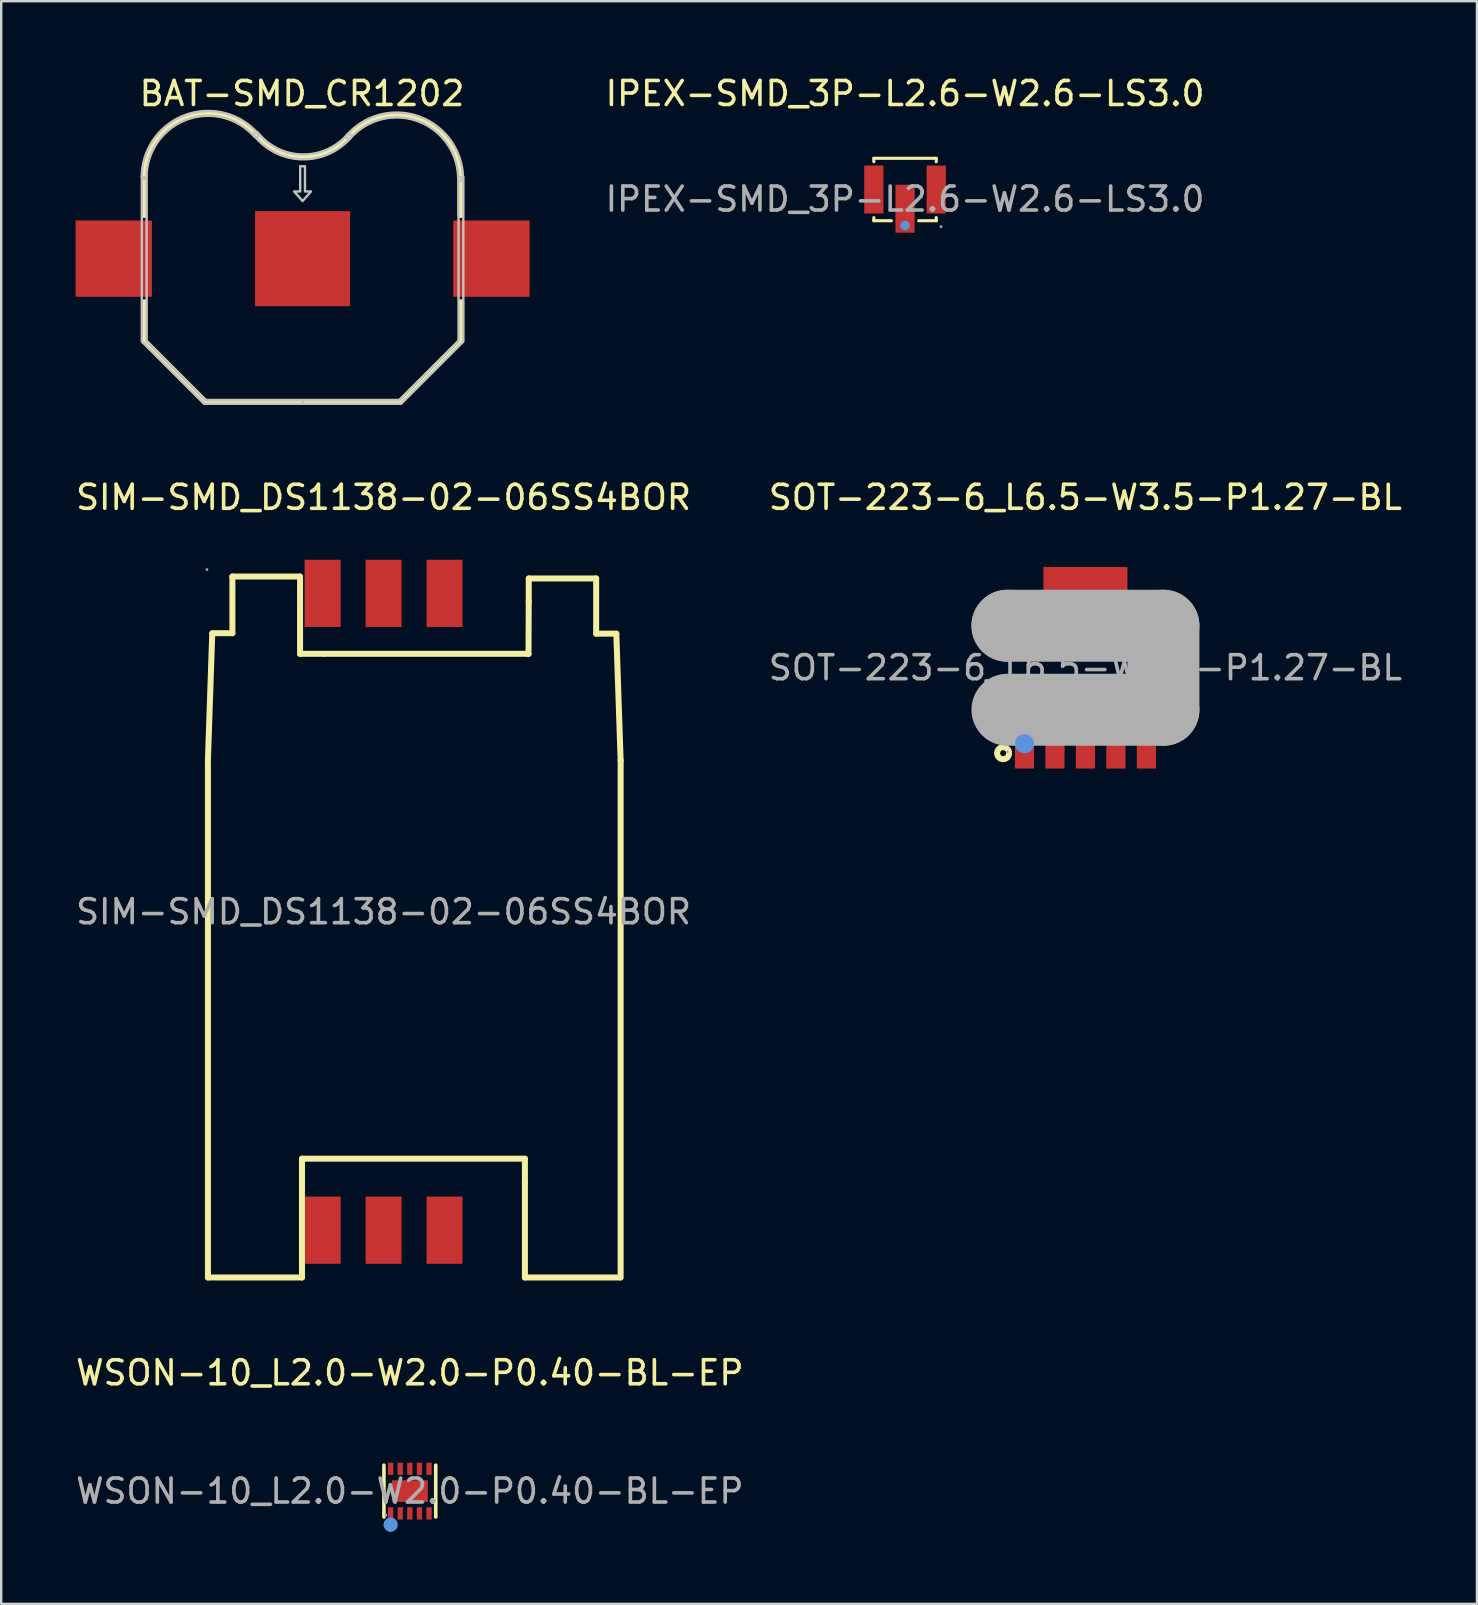
<source format=kicad_pcb>
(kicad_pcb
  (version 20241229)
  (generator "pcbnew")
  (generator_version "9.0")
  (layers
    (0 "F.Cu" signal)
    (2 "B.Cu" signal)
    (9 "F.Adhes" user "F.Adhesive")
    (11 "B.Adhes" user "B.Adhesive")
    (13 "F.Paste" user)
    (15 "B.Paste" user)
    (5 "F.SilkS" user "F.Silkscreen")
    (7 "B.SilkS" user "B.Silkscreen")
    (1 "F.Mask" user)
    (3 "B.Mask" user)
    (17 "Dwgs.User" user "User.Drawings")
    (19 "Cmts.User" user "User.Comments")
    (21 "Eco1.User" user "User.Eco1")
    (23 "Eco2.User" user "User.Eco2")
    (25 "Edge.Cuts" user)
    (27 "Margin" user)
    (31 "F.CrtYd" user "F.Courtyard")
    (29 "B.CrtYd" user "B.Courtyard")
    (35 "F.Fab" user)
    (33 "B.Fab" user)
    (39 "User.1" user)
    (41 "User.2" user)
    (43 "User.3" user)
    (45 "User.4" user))
  (footprint "IPEX-SMD_3P-L2.6-W2.6-LS3.0"
    (layer "F.Cu")
    (at 34.667 5.248)
    (property "Reference" "IPEX-SMD_3P-L2.6-W2.6-LS3.0" (at 0 -4.4 0) (layer "F.SilkS") (effects (font (size 1 1) (thickness 0.15))))
    (attr smd)
    (fp_line (start -1.3 -1.7) (end -1.3 -1.56) (stroke (width 0.13) (type solid)) (layer "F.SilkS"))
    (fp_line (start -1.3 0.77) (end -1.3 0.9) (stroke (width 0.13) (type solid)) (layer "F.SilkS"))
    (fp_line (start -1.3 0.9) (end -0.57 0.9) (stroke (width 0.13) (type solid)) (layer "F.SilkS"))
    (fp_line (start 0.57 0.9) (end 1.3 0.9) (stroke (width 0.13) (type solid)) (layer "F.SilkS"))
    (fp_line (start 1.3 -1.7) (end -1.3 -1.7) (stroke (width 0.13) (type solid)) (layer "F.SilkS"))
    (fp_line (start 1.3 -1.56) (end 1.3 -1.7) (stroke (width 0.13) (type solid)) (layer "F.SilkS"))
    (fp_line (start 1.3 0.9) (end 1.3 0.77) (stroke (width 0.13) (type solid)) (layer "F.SilkS"))
    (fp_circle (center 0 1.1) (end 0.1 1.1) (stroke (width 0.2) (type solid)) (fill no) (layer "Cmts.User"))
    (fp_circle (center 1.5 1.15) (end 1.53 1.15) (stroke (width 0.06) (type solid)) (fill no) (layer "F.Fab"))
    (fp_text user "${REFERENCE}" (at 0 0 0) (layer "F.Fab") (effects (font (size 1 1) (thickness 0.15))))
    (pad "1" smd rect (at 0 0.4) (size 0.8 2) (layers "F.Cu" "F.Mask" "F.Paste"))
    (pad "2" smd rect (at 1.3 -0.4 90) (size 2 0.8) (layers "F.Cu" "F.Mask" "F.Paste"))
    (pad "3" smd rect (at -1.3 -0.4 90) (size 2 0.8) (layers "F.Cu" "F.Mask" "F.Paste")))
  (footprint "SIM-SMD_DS1138-02-06SS4BOR"
    (layer "F.Cu")
    (at 12.935 34.948)
    (property "Reference" "SIM-SMD_DS1138-02-06SS4BOR" (at 0 -17.27 0) (layer "F.SilkS") (effects (font (size 1 1) (thickness 0.15))))
    (attr smd)
    (fp_line (start -7.32 -6.31) (end -7.32 15.06) (stroke (width 0.25) (type solid)) (layer "F.SilkS"))
    (fp_line (start -7.32 15.06) (end -7.32 15.24) (stroke (width 0.25) (type solid)) (layer "F.SilkS"))
    (fp_line (start -7.32 15.24) (end -3.4 15.24) (stroke (width 0.25) (type solid)) (layer "F.SilkS"))
    (fp_line (start -7.14 -11.61) (end -6.3 -11.61) (stroke (width 0.25) (type solid)) (layer "F.SilkS"))
    (fp_line (start -7.14 -11.59) (end -7.32 -6.31) (stroke (width 0.25) (type solid)) (layer "F.SilkS"))
    (fp_line (start -6.3 -13.97) (end -3.48 -13.97) (stroke (width 0.25) (type solid)) (layer "F.SilkS"))
    (fp_line (start -6.3 -11.61) (end -6.3 -13.97) (stroke (width 0.25) (type solid)) (layer "F.SilkS"))
    (fp_line (start -3.48 -13.97) (end -3.48 -12.96) (stroke (width 0.25) (type solid)) (layer "F.SilkS"))
    (fp_line (start -3.48 -10.75) (end -3.48 -12.96) (stroke (width 0.25) (type solid)) (layer "F.SilkS"))
    (fp_line (start -3.4 10.29) (end 5.89 10.29) (stroke (width 0.25) (type solid)) (layer "F.SilkS"))
    (fp_line (start -3.4 15.24) (end -3.4 10.29) (stroke (width 0.25) (type solid)) (layer "F.SilkS"))
    (fp_line (start -2.51 -10.75) (end -3.48 -10.75) (stroke (width 0.25) (type solid)) (layer "F.SilkS"))
    (fp_line (start -2.49 -10.75) (end 6.04 -10.75) (stroke (width 0.25) (type solid)) (layer "F.SilkS"))
    (fp_line (start 5.89 10.29) (end 5.89 11.25) (stroke (width 0.25) (type solid)) (layer "F.SilkS"))
    (fp_line (start 5.89 11.25) (end 5.89 15.24) (stroke (width 0.25) (type solid)) (layer "F.SilkS"))
    (fp_line (start 5.89 15.24) (end 9.86 15.24) (stroke (width 0.25) (type solid)) (layer "F.SilkS"))
    (fp_line (start 6.05 -13.89) (end 6.05 -12.93) (stroke (width 0.25) (type solid)) (layer "F.SilkS"))
    (fp_line (start 6.05 -12.93) (end 6.04 -10.74) (stroke (width 0.25) (type solid)) (layer "F.SilkS"))
    (fp_line (start 8.86 -13.89) (end 6.05 -13.89) (stroke (width 0.25) (type solid)) (layer "F.SilkS"))
    (fp_line (start 8.86 -11.59) (end 8.86 -13.89) (stroke (width 0.25) (type solid)) (layer "F.SilkS"))
    (fp_line (start 9.7 -11.59) (end 8.86 -11.59) (stroke (width 0.25) (type solid)) (layer "F.SilkS"))
    (fp_line (start 9.7 -11.59) (end 9.88 -6.31) (stroke (width 0.25) (type solid)) (layer "F.SilkS"))
    (fp_line (start 9.88 -6.31) (end 9.88 15.24) (stroke (width 0.25) (type solid)) (layer "F.SilkS"))
    (fp_circle (center -7.36 -14.26) (end -7.33 -14.26) (stroke (width 0.06) (type solid)) (fill no) (layer "F.Fab"))
    (fp_text user "${REFERENCE}" (at 0 0 0) (layer "F.Fab") (effects (font (size 1 1) (thickness 0.15))))
    (pad "C1" smd rect (at -2.54 -13.27) (size 1.5 2.8) (layers "F.Cu" "F.Mask" "F.Paste"))
    (pad "C2" smd rect (at 0 -13.27) (size 1.5 2.8) (layers "F.Cu" "F.Mask" "F.Paste"))
    (pad "C3" smd rect (at 2.54 -13.27) (size 1.5 2.8) (layers "F.Cu" "F.Mask" "F.Paste"))
    (pad "C4" smd rect (at -2.54 13.27) (size 1.5 2.8) (layers "F.Cu" "F.Mask" "F.Paste"))
    (pad "C5" smd rect (at 0 13.27) (size 1.5 2.8) (layers "F.Cu" "F.Mask" "F.Paste"))
    (pad "C6" smd rect (at 2.54 13.27) (size 1.5 2.8) (layers "F.Cu" "F.Mask" "F.Paste")))
  (footprint "BAT-SMD_CR1202"
    (layer "F.Cu")
    (at 9.56 7.729)
    (property "Reference" "BAT-SMD_CR1202" (at -0.025 -6.881 0) (layer "F.SilkS") (effects (font (size 1 1) (thickness 0.15))))
    (fp_poly (pts (xy -6.704 -3.422) (xy -6.704 -3.422) (xy -6.704 -3.421) (xy -6.704 -3.421)) (stroke (width 0) (type default)) (fill yes) (layer "F.Cu"))
    (fp_line (start -6.604 -3.422) (end -6.604 -1.821) (stroke (width 0.254) (type default)) (layer "F.SilkS"))
    (fp_line (start -6.604 1.821) (end -6.604 3.429) (stroke (width 0.254) (type default)) (layer "F.SilkS"))
    (fp_line (start -6.604 3.429) (end -4.064 5.969) (stroke (width 0.254) (type default)) (layer "F.SilkS"))
    (fp_line (start -4.064 5.969) (end 4.064 5.969) (stroke (width 0.254) (type default)) (layer "F.SilkS"))
    (fp_line (start 4.064 5.969) (end 6.604 3.429) (stroke (width 0.254) (type default)) (layer "F.SilkS"))
    (fp_line (start 6.581 -3.47) (end 6.581 -1.821) (stroke (width 0.254) (type default)) (layer "F.SilkS"))
    (fp_line (start 6.604 3.429) (end 6.604 1.821) (stroke (width 0.254) (type default)) (layer "F.SilkS"))
    (fp_arc (start -6.604 -3.422) (mid -4.868503 -5.886283) (end -1.9435 -5.159) (stroke (width 0.254) (type default)) (layer "F.SilkS"))
    (fp_arc (start 1.9245 -5.0915) (mid -0.017942 -4.240523) (end -1.924 -5.17) (stroke (width 0.254) (type default)) (layer "F.SilkS"))
    (fp_arc (start 1.9245 -5.0915) (mid 4.849497 -5.818768) (end 6.585 -3.3545) (stroke (width 0.254) (type default)) (layer "F.SilkS"))
    (fp_poly (pts (xy -9.46 -1.59) (xy -9.46 1.59) (xy -6.28 1.59) (xy -6.28 -1.59)) (stroke (width 0) (type default)) (fill yes) (layer "F.Paste"))
    (fp_poly (pts (xy 9.46 1.59) (xy 9.46 -1.59) (xy 6.28 -1.59) (xy 6.28 1.59)) (stroke (width 0) (type default)) (fill yes) (layer "F.Paste"))
    (fp_poly (pts (xy -6.5 1.85) (xy -6.5 3.45) (xy -4.05 5.9) (xy 0 5.9) (xy 0 6.05) (xy -4.1 6.05) (xy -6.7 3.45) (xy -6.7 -3.4) (xy -6.5 -3.4)) (stroke (width 0.1) (type default)) (fill no) (layer "Dwgs.User"))
    (fp_poly (pts (xy -0.2 -2.8) (xy -0.35 -2.8) (xy 0 -2.4) (xy 0.35 -2.8) (xy 0.2 -2.8) (xy 0.1 -2.8) (xy 0.1 -3.85) (xy -0.1 -3.85) (xy -0.1 -2.8)) (stroke (width 0.1) (type default)) (fill no) (layer "Dwgs.User"))
    (fp_poly (pts (xy 6.5 1.85) (xy 6.5 3.45) (xy 4.05 5.9) (xy 0 5.9) (xy 0 6.05) (xy 4.1 6.05) (xy 6.7 3.45) (xy 6.7 -3.4) (xy 6.5 -3.4)) (stroke (width 0.1) (type default)) (fill no) (layer "Dwgs.User"))
    (fp_poly (pts (arc (start -1.8465 -5.233) (mid -0.015987 -4.340524) (end 1.8495 -5.1575)) (arc (start 1.8495 -5.1575) (mid 1.990765 -5.166266) (end 1.999 -5.025)) (arc (start 1.999 -5.025) (mid -0.020246 -4.140519) (end -2.0015 -5.107)) (arc (start -2.0015 -5.107) (mid -1.987198 -5.248246) (end -1.8465 -5.233))) (stroke (width 0.1) (type default)) (fill no) (layer "Dwgs.User"))
    (fp_poly (pts (arc (start -6.504 -3.421) (mid -6.53364 -3.350933) (end -6.604 -3.322)) (arc (start -6.604 -3.322) (mid -6.674534 -3.351113) (end -6.704 -3.4215)) (arc (start -6.704 -3.4235) (mid -5.880787 -5.356597) (end -3.937 -6.154)) (arc (start -3.937 -6.154) (mid -2.803254 -5.911066) (end -1.8685 -5.225)) (arc (start -1.8685 -5.225) (mid -1.849693 -5.194086) (end -1.843 -5.1585)) (arc (start -1.843 -5.1585) (mid -1.872289 -5.087789) (end -1.943 -5.0585)) (arc (start -1.943 -5.0585) (mid -1.984193 -5.067378) (end -2.018 -5.0925)) (arc (start -2.018 -5.0925) (mid -2.885174 -5.728998) (end -3.937 -5.954)) (arc (start -3.937 -5.954) (mid -5.740083 -5.214123) (end -6.504 -3.421))) (stroke (width 0.1) (type default)) (fill no) (layer "Dwgs.User"))
    (fp_poly (pts (arc (start 6.585 -3.2545) (mid 6.514644 -3.283437) (end 6.485 -3.3535)) (arc (start 6.485 -3.3535) (mid 5.721241 -5.146784) (end 3.918 -5.8865)) (arc (start 3.918 -5.8865) (mid 2.866318 -5.661178) (end 1.999 -5.025)) (arc (start 1.999 -5.025) (mid 1.965154 -4.999965) (end 1.924 -4.991)) (arc (start 1.924 -4.991) (mid 1.853289 -5.020289) (end 1.824 -5.091)) (arc (start 1.824 -5.091) (mid 1.830565 -5.126635) (end 1.8495 -5.1575)) (arc (start 1.8495 -5.1575) (mid 2.784207 -5.843673) (end 3.918 -6.0865)) (arc (start 3.918 -6.0865) (mid 5.861618 -5.288926) (end 6.685 -3.356)) (arc (start 6.685 -3.3545) (mid 6.655711 -3.283789) (end 6.585 -3.2545))) (stroke (width 0.1) (type default)) (fill no) (layer "Dwgs.User"))
    (fp_poly (pts (xy -9.455 -1.585) (xy -6.285 -1.585) (xy -6.285 1.585) (xy -9.455 1.585)) (stroke (width 0.1) (type default)) (fill no) (layer "User.1"))
    (fp_poly (pts (xy -1.98 -1.98) (xy 1.98 -1.98) (xy 1.98 1.98) (xy -1.98 1.98)) (stroke (width 0.1) (type default)) (fill no) (layer "User.1"))
    (fp_poly (pts (xy 6.285 -1.585) (xy 9.455 -1.585) (xy 9.455 1.585) (xy 6.285 1.585)) (stroke (width 0.1) (type default)) (fill no) (layer "User.1"))
    (fp_line (start -6.604 -3.665) (end -6.588 -3.681) (stroke (width 0.051) (type default)) (layer "User.2"))
    (fp_line (start -6.604 3.429) (end -6.604 -3.665) (stroke (width 0.051) (type default)) (layer "User.2"))
    (fp_line (start -4.218 -6.051) (end -4.062 -6.051) (stroke (width 0.051) (type default)) (layer "User.2"))
    (fp_line (start -4.064 5.969) (end -6.604 3.429) (stroke (width 0.051) (type default)) (layer "User.2"))
    (fp_line (start -3.937 5.969) (end -4.064 5.969) (stroke (width 0.051) (type default)) (layer "User.2"))
    (fp_line (start -1.969 -5.184) (end -1.944 -5.159) (stroke (width 0.051) (type default)) (layer "User.2"))
    (fp_line (start -1.944 -5.159) (end -1.75 -4.965) (stroke (width 0.051) (type default)) (layer "User.2"))
    (fp_line (start 0.001 -4.24) (end 0.449 -4.24) (stroke (width 0.051) (type default)) (layer "User.2"))
    (fp_line (start 1.367 -4.62) (end 1.776 -5.03) (stroke (width 0.051) (type default)) (layer "User.2"))
    (fp_line (start 4.052 -5.973) (end 4.191 -5.973) (stroke (width 0.051) (type default)) (layer "User.2"))
    (fp_line (start 4.064 5.969) (end -3.937 5.969) (stroke (width 0.051) (type default)) (layer "User.2"))
    (fp_line (start 4.128 5.905) (end 4.064 5.969) (stroke (width 0.051) (type default)) (layer "User.2"))
    (fp_line (start 6.585 -3.579) (end 6.585 -3.354) (stroke (width 0.051) (type default)) (layer "User.2"))
    (fp_line (start 6.604 -3.336) (end 6.604 2.413) (stroke (width 0.051) (type default)) (layer "User.2"))
    (fp_line (start 6.604 2.413) (end 6.604 3.429) (stroke (width 0.051) (type default)) (layer "User.2"))
    (fp_line (start 6.604 3.429) (end 4.128 5.905) (stroke (width 0.051) (type default)) (layer "User.2"))
    (fp_arc (start -6.588 -3.681) (mid -5.893843 -5.356843) (end -4.218 -6.051) (stroke (width 0.051) (type default)) (layer "User.2"))
    (fp_arc (start -4.062 -6.051) (mid -2.929448 -5.825721) (end -1.969 -5.1845) (stroke (width 0.051) (type default)) (layer "User.2"))
    (fp_arc (start 0.0005 -4.24) (mid -0.947024 -4.428474) (end -1.75 -4.9655) (stroke (width 0.051) (type default)) (layer "User.2"))
    (fp_arc (start 1.367 -4.6205) (mid 0.945589 -4.338922) (end 0.4485 -4.24) (stroke (width 0.051) (type default)) (layer "User.2"))
    (fp_arc (start 1.776 -5.03) (mid 1.844132 -5.075525) (end 1.9245 -5.0915) (stroke (width 0.051) (type default)) (layer "User.2"))
    (fp_arc (start 1.9245 -5.0915) (mid 2.900633 -5.743607) (end 4.052 -5.9725) (stroke (width 0.051) (type default)) (layer "User.2"))
    (fp_arc (start 4.1915 -5.9725) (mid 5.88396 -5.27146) (end 6.585 -3.579) (stroke (width 0.051) (type default)) (layer "User.2"))
    (fp_arc (start 6.585 -3.3545) (mid 6.598435 -3.348935) (end 6.604 -3.3355) (stroke (width 0.051) (type default)) (layer "User.2"))
    (fp_poly (pts (xy -9.4 5.946) (xy -9.432 5.914) (xy -9.478 5.914) (xy -9.51 5.946) (xy -9.51 5.992) (xy -9.478 6.024) (xy -9.432 6.024) (xy -9.4 5.992)) (stroke (width 0.1) (type default)) (fill no) (layer "User.3"))
    (pad "1" smd rect (at -7.87 0) (size 3.18 3.18) (layers "F.Cu" "F.Mask" "F.Paste"))
    (pad "2" smd rect (at 7.87 0) (size 3.18 3.18) (layers "F.Cu" "F.Mask" "F.Paste"))
    (pad "3" smd rect (at 0 0) (size 3.96 3.96) (layers "F.Cu" "F.Mask" "F.Paste")))
  (footprint "SOT-223-6_L6.5-W3.5-P1.27-BL"
    (layer "F.Cu")
    (at 42.185 24.778)
    (property "Reference" "SOT-223-6_L6.5-W3.5-P1.27-BL" (at 0 -7.1 0) (layer "F.SilkS") (effects (font (size 1 1) (thickness 0.15))))
    (attr smd)
    (fp_circle (center -3.43 3.56) (end -3.18 3.56) (stroke (width 0.25) (type solid)) (fill no) (layer "F.SilkS"))
    (fp_circle (center -2.54 3.17) (end -2.34 3.17) (stroke (width 0.4) (type solid)) (fill no) (layer "Cmts.User"))
    (fp_line (start -3.25 -1.75) (end -3.25 -1.75) (stroke (width 3) (type solid)) (layer "F.Fab"))
    (fp_line (start -3.25 -1.75) (end 3.25 -1.75) (stroke (width 3) (type solid)) (layer "F.Fab"))
    (fp_line (start 3.25 -1.75) (end 3.25 1.75) (stroke (width 3) (type solid)) (layer "F.Fab"))
    (fp_line (start 3.25 1.75) (end -3.25 1.75) (stroke (width 3) (type solid)) (layer "F.Fab"))
    (fp_circle (center -3.25 3.5) (end -3.22 3.5) (stroke (width 0.06) (type solid)) (fill no) (layer "F.Fab"))
    (fp_text user "${REFERENCE}" (at 0 0 0) (layer "F.Fab") (effects (font (size 1 1) (thickness 0.15))))
    (pad "1" smd rect (at -2.54 3.1) (size 0.8 2.2) (layers "F.Cu" "F.Mask" "F.Paste"))
    (pad "2" smd rect (at -1.27 3.1) (size 0.8 2.2) (layers "F.Cu" "F.Mask" "F.Paste"))
    (pad "3" smd rect (at 0 3.1) (size 0.8 2.2) (layers "F.Cu" "F.Mask" "F.Paste"))
    (pad "4" smd rect (at 1.27 3.1) (size 0.8 2.2) (layers "F.Cu" "F.Mask" "F.Paste"))
    (pad "5" smd rect (at 2.54 3.1) (size 0.8 2.2) (layers "F.Cu" "F.Mask" "F.Paste"))
    (pad "6" smd rect (at 0 -3.1 180) (size 3.5 2.2) (layers "F.Cu" "F.Mask" "F.Paste")))
  (footprint "WSON-10_L2.0-W2.0-P0.40-BL-EP"
    (layer "F.Cu")
    (at 14.03 59.091)
    (property "Reference" "WSON-10_L2.0-W2.0-P0.40-BL-EP" (at 0 -4.93 0) (layer "F.SilkS") (effects (font (size 1 1) (thickness 0.15))))
    (attr smd)
    (fp_line (start -1.08 1.08) (end -1.08 -1.08) (stroke (width 0.15) (type solid)) (layer "F.SilkS"))
    (fp_line (start 1.08 -1.08) (end 1.08 1.08) (stroke (width 0.15) (type solid)) (layer "F.SilkS"))
    (fp_circle (center -0.8 1.48) (end -0.7 1.48) (stroke (width 0.2) (type solid)) (fill no) (layer "F.SilkS"))
    (fp_circle (center -0.8 1.4) (end -0.65 1.4) (stroke (width 0.3) (type solid)) (fill no) (layer "Cmts.User"))
    (fp_circle (center -1 1) (end -0.97 1) (stroke (width 0.06) (type solid)) (fill no) (layer "F.Fab"))
    (fp_text user "${REFERENCE}" (at 0 0 0) (layer "F.Fab") (effects (font (size 1 1) (thickness 0.15))))
    (pad "1" smd rect (at -0.8 0.93) (size 0.22 0.51) (layers "F.Cu" "F.Mask" "F.Paste"))
    (pad "2" smd rect (at -0.4 0.93) (size 0.22 0.51) (layers "F.Cu" "F.Mask" "F.Paste"))
    (pad "3" smd rect (at 0 0.93) (size 0.22 0.51) (layers "F.Cu" "F.Mask" "F.Paste"))
    (pad "4" smd rect (at 0.4 0.93) (size 0.22 0.51) (layers "F.Cu" "F.Mask" "F.Paste"))
    (pad "5" smd rect (at 0.8 0.93) (size 0.22 0.51) (layers "F.Cu" "F.Mask" "F.Paste"))
    (pad "6" smd rect (at 0.8 -0.93) (size 0.22 0.51) (layers "F.Cu" "F.Mask" "F.Paste"))
    (pad "7" smd rect (at 0.4 -0.93) (size 0.22 0.51) (layers "F.Cu" "F.Mask" "F.Paste"))
    (pad "8" smd rect (at 0 -0.93) (size 0.22 0.51) (layers "F.Cu" "F.Mask" "F.Paste"))
    (pad "9" smd rect (at -0.4 -0.93) (size 0.22 0.51) (layers "F.Cu" "F.Mask" "F.Paste"))
    (pad "10" smd rect (at -0.8 -0.93) (size 0.22 0.51) (layers "F.Cu" "F.Mask" "F.Paste"))
    (pad "11" smd rect (at 0 0) (size 1.5 0.9) (layers "F.Cu" "F.Mask" "F.Paste")))
  (gr_rect
    (start -3 -3)
    (end 58.5 63.791)
    (stroke (width 0.1) (type default))
    (fill no)
    (layer "Edge.Cuts")))
</source>
